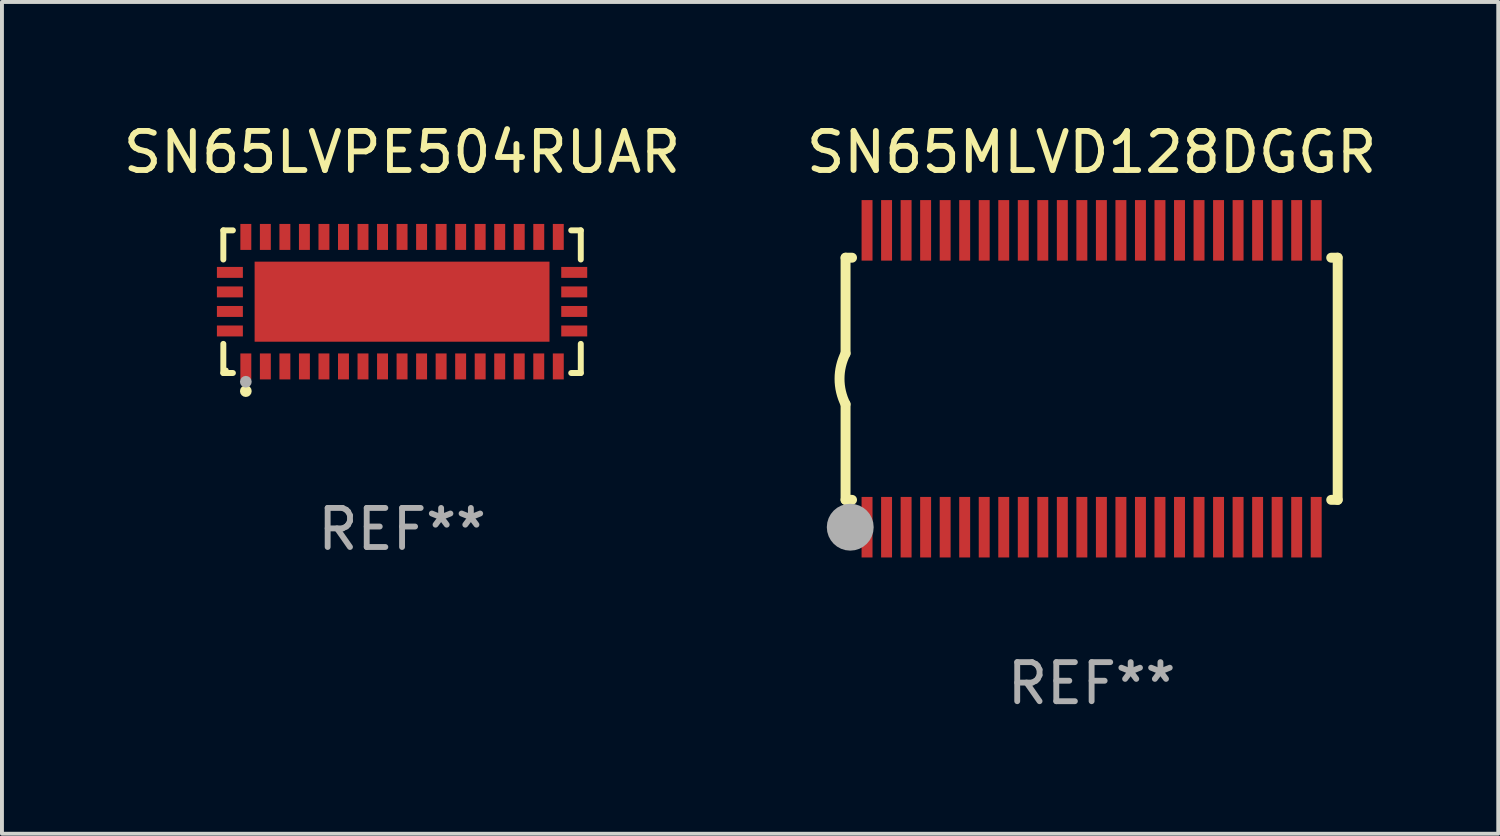
<source format=kicad_pcb>
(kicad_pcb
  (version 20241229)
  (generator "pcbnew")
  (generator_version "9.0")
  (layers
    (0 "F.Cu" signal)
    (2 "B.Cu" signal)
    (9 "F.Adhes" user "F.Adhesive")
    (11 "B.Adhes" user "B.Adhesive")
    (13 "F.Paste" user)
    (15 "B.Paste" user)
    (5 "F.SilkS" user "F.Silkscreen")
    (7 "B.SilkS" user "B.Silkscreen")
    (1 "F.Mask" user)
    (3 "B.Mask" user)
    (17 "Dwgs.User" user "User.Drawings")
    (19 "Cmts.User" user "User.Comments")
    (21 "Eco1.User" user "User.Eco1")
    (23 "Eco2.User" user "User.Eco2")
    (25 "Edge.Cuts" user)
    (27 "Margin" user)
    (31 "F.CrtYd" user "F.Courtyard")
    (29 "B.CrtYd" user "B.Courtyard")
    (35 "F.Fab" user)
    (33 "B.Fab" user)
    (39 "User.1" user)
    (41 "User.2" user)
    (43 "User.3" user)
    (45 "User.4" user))
  (footprint "SN65MLVD128DGGR"
    (layer "F.Cu")
    (at 24.899 6.648)
    (property "Reference" "SN65MLVD128DGGR" (at 0 -5.8 0) (layer "F.SilkS") (effects (font (size 1 1) (thickness 0.15))))
    (attr through_hole)
    (fp_line (start -6.3 -3.1) (end -6.3 -0.65) (stroke (width 0.254) (type solid)) (layer "F.SilkS"))
    (fp_line (start -6.3 -3.1) (end -6.134 -3.1) (stroke (width 0.254) (type solid)) (layer "F.SilkS"))
    (fp_line (start -6.3 3.1) (end -6.3 0.65) (stroke (width 0.254) (type solid)) (layer "F.SilkS"))
    (fp_line (start -6.3 3.1) (end -6.134 3.1) (stroke (width 0.254) (type solid)) (layer "F.SilkS"))
    (fp_line (start 6.134 -3.1) (end 6.3 -3.1) (stroke (width 0.254) (type solid)) (layer "F.SilkS"))
    (fp_line (start 6.134 3.1) (end 6.3 3.1) (stroke (width 0.254) (type solid)) (layer "F.SilkS"))
    (fp_line (start 6.3 -3.1) (end 6.3 3.1) (stroke (width 0.254) (type solid)) (layer "F.SilkS"))
    (fp_arc (start -6.301016 0.650114) (mid -6.45413 -0.000082) (end -6.3 -0.650038) (stroke (width 0.254001) (type solid)) (layer "F.SilkS"))
    (fp_circle (center -6.35 3.81) (end -6.223 3.81) (stroke (width 0.254) (type solid)) (fill no) (layer "F.SilkS"))
    (fp_circle (center -6.25 4.05) (end -6.22 4.05) (stroke (width 0.06) (type solid)) (fill no) (layer "F.SilkS"))
    (fp_circle (center -6.18 3.8) (end -5.88 3.8) (stroke (width 0.6) (type solid)) (fill no) (layer "F.Fab"))
    (fp_text user "REF**" (at 0 7.8 0) (layer "F.Fab") (effects (font (size 1 1) (thickness 0.15))))
    (pad "1" smd rect (at -5.75 3.8) (size 0.28 1.55) (layers "F.Cu" "F.Mask" "F.Paste"))
    (pad "2" smd rect (at -5.25 3.8) (size 0.28 1.55) (layers "F.Cu" "F.Mask" "F.Paste"))
    (pad "3" smd rect (at -4.75 3.8) (size 0.28 1.55) (layers "F.Cu" "F.Mask" "F.Paste"))
    (pad "4" smd rect (at -4.25 3.8) (size 0.28 1.55) (layers "F.Cu" "F.Mask" "F.Paste"))
    (pad "5" smd rect (at -3.75 3.8) (size 0.28 1.55) (layers "F.Cu" "F.Mask" "F.Paste"))
    (pad "6" smd rect (at -3.25 3.8) (size 0.28 1.55) (layers "F.Cu" "F.Mask" "F.Paste"))
    (pad "7" smd rect (at -2.75 3.8) (size 0.28 1.55) (layers "F.Cu" "F.Mask" "F.Paste"))
    (pad "8" smd rect (at -2.25 3.8) (size 0.28 1.55) (layers "F.Cu" "F.Mask" "F.Paste"))
    (pad "9" smd rect (at -1.75 3.8) (size 0.28 1.55) (layers "F.Cu" "F.Mask" "F.Paste"))
    (pad "10" smd rect (at -1.25 3.8) (size 0.28 1.55) (layers "F.Cu" "F.Mask" "F.Paste"))
    (pad "11" smd rect (at -0.75 3.8) (size 0.28 1.55) (layers "F.Cu" "F.Mask" "F.Paste"))
    (pad "12" smd rect (at -0.25 3.8) (size 0.28 1.55) (layers "F.Cu" "F.Mask" "F.Paste"))
    (pad "13" smd rect (at 0.25 3.8) (size 0.28 1.55) (layers "F.Cu" "F.Mask" "F.Paste"))
    (pad "14" smd rect (at 0.75 3.8) (size 0.28 1.55) (layers "F.Cu" "F.Mask" "F.Paste"))
    (pad "15" smd rect (at 1.25 3.8) (size 0.28 1.55) (layers "F.Cu" "F.Mask" "F.Paste"))
    (pad "16" smd rect (at 1.75 3.8) (size 0.28 1.55) (layers "F.Cu" "F.Mask" "F.Paste"))
    (pad "17" smd rect (at 2.25 3.8) (size 0.28 1.55) (layers "F.Cu" "F.Mask" "F.Paste"))
    (pad "18" smd rect (at 2.75 3.8) (size 0.28 1.55) (layers "F.Cu" "F.Mask" "F.Paste"))
    (pad "19" smd rect (at 3.25 3.8) (size 0.28 1.55) (layers "F.Cu" "F.Mask" "F.Paste"))
    (pad "20" smd rect (at 3.75 3.8) (size 0.28 1.55) (layers "F.Cu" "F.Mask" "F.Paste"))
    (pad "21" smd rect (at 4.25 3.8) (size 0.28 1.55) (layers "F.Cu" "F.Mask" "F.Paste"))
    (pad "22" smd rect (at 4.75 3.8) (size 0.28 1.55) (layers "F.Cu" "F.Mask" "F.Paste"))
    (pad "23" smd rect (at 5.25 3.8) (size 0.28 1.55) (layers "F.Cu" "F.Mask" "F.Paste"))
    (pad "24" smd rect (at 5.75 3.8) (size 0.28 1.55) (layers "F.Cu" "F.Mask" "F.Paste"))
    (pad "25" smd rect (at 5.75 -3.8) (size 0.28 1.55) (layers "F.Cu" "F.Mask" "F.Paste"))
    (pad "26" smd rect (at 5.25 -3.8) (size 0.28 1.55) (layers "F.Cu" "F.Mask" "F.Paste"))
    (pad "27" smd rect (at 4.75 -3.8) (size 0.28 1.55) (layers "F.Cu" "F.Mask" "F.Paste"))
    (pad "28" smd rect (at 4.25 -3.8) (size 0.28 1.55) (layers "F.Cu" "F.Mask" "F.Paste"))
    (pad "29" smd rect (at 3.75 -3.8) (size 0.28 1.55) (layers "F.Cu" "F.Mask" "F.Paste"))
    (pad "30" smd rect (at 3.25 -3.8) (size 0.28 1.55) (layers "F.Cu" "F.Mask" "F.Paste"))
    (pad "31" smd rect (at 2.75 -3.8) (size 0.28 1.55) (layers "F.Cu" "F.Mask" "F.Paste"))
    (pad "32" smd rect (at 2.25 -3.8) (size 0.28 1.55) (layers "F.Cu" "F.Mask" "F.Paste"))
    (pad "33" smd rect (at 1.75 -3.8) (size 0.28 1.55) (layers "F.Cu" "F.Mask" "F.Paste"))
    (pad "34" smd rect (at 1.25 -3.8) (size 0.28 1.55) (layers "F.Cu" "F.Mask" "F.Paste"))
    (pad "35" smd rect (at 0.75 -3.8) (size 0.28 1.55) (layers "F.Cu" "F.Mask" "F.Paste"))
    (pad "36" smd rect (at 0.25 -3.8) (size 0.28 1.55) (layers "F.Cu" "F.Mask" "F.Paste"))
    (pad "37" smd rect (at -0.25 -3.8) (size 0.28 1.55) (layers "F.Cu" "F.Mask" "F.Paste"))
    (pad "38" smd rect (at -0.75 -3.8) (size 0.28 1.55) (layers "F.Cu" "F.Mask" "F.Paste"))
    (pad "39" smd rect (at -1.25 -3.8) (size 0.28 1.55) (layers "F.Cu" "F.Mask" "F.Paste"))
    (pad "40" smd rect (at -1.75 -3.8) (size 0.28 1.55) (layers "F.Cu" "F.Mask" "F.Paste"))
    (pad "41" smd rect (at -2.25 -3.8) (size 0.28 1.55) (layers "F.Cu" "F.Mask" "F.Paste"))
    (pad "42" smd rect (at -2.75 -3.8) (size 0.28 1.55) (layers "F.Cu" "F.Mask" "F.Paste"))
    (pad "43" smd rect (at -3.25 -3.8) (size 0.28 1.55) (layers "F.Cu" "F.Mask" "F.Paste"))
    (pad "44" smd rect (at -3.75 -3.8) (size 0.28 1.55) (layers "F.Cu" "F.Mask" "F.Paste"))
    (pad "45" smd rect (at -4.25 -3.8) (size 0.28 1.55) (layers "F.Cu" "F.Mask" "F.Paste"))
    (pad "46" smd rect (at -4.75 -3.8) (size 0.28 1.55) (layers "F.Cu" "F.Mask" "F.Paste"))
    (pad "47" smd rect (at -5.25 -3.8) (size 0.28 1.55) (layers "F.Cu" "F.Mask" "F.Paste"))
    (pad "48" smd rect (at -5.75 -3.8) (size 0.28 1.55) (layers "F.Cu" "F.Mask" "F.Paste")))
  (footprint "SN65LVPE504RUAR"
    (layer "F.Cu")
    (at 7.244 4.674)
    (property "Reference" "SN65LVPE504RUAR" (at 0 -3.826 0) (layer "F.SilkS") (effects (font (size 1 1) (thickness 0.15))))
    (attr through_hole)
    (fp_line (start -4.576 -1.826) (end -4.331 -1.826) (stroke (width 0.152) (type solid)) (layer "F.SilkS"))
    (fp_line (start -4.576 -1.08) (end -4.576 -1.826) (stroke (width 0.152) (type solid)) (layer "F.SilkS"))
    (fp_line (start -4.576 1.08) (end -4.576 1.826) (stroke (width 0.152) (type solid)) (layer "F.SilkS"))
    (fp_line (start -4.576 1.826) (end -4.331 1.826) (stroke (width 0.152) (type solid)) (layer "F.SilkS"))
    (fp_line (start 4.576 -1.826) (end 4.331 -1.826) (stroke (width 0.152) (type solid)) (layer "F.SilkS"))
    (fp_line (start 4.576 -1.08) (end 4.576 -1.826) (stroke (width 0.152) (type solid)) (layer "F.SilkS"))
    (fp_line (start 4.576 1.08) (end 4.576 1.826) (stroke (width 0.152) (type solid)) (layer "F.SilkS"))
    (fp_line (start 4.576 1.826) (end 4.331 1.826) (stroke (width 0.152) (type solid)) (layer "F.SilkS"))
    (fp_circle (center -4.5 1.75) (end -4.47 1.75) (stroke (width 0.06) (type solid)) (fill no) (layer "F.SilkS"))
    (fp_circle (center -4 2.29) (end -3.925 2.29) (stroke (width 0.15) (type solid)) (fill no) (layer "F.SilkS"))
    (fp_circle (center -4 2.05) (end -3.925 2.05) (stroke (width 0.15) (type solid)) (fill no) (layer "F.Fab"))
    (fp_text user "REF**" (at 0 5.826 0) (layer "F.Fab") (effects (font (size 1 1) (thickness 0.15))))
    (pad "1" smd rect (at -4 1.658) (size 0.28 0.665) (layers "F.Cu" "F.Mask" "F.Paste"))
    (pad "2" smd rect (at -3.5 1.658) (size 0.28 0.665) (layers "F.Cu" "F.Mask" "F.Paste"))
    (pad "3" smd rect (at -3 1.658) (size 0.28 0.665) (layers "F.Cu" "F.Mask" "F.Paste"))
    (pad "4" smd rect (at -2.5 1.658) (size 0.28 0.665) (layers "F.Cu" "F.Mask" "F.Paste"))
    (pad "5" smd rect (at -2 1.658) (size 0.28 0.665) (layers "F.Cu" "F.Mask" "F.Paste"))
    (pad "6" smd rect (at -1.5 1.658) (size 0.28 0.665) (layers "F.Cu" "F.Mask" "F.Paste"))
    (pad "7" smd rect (at -1 1.658) (size 0.28 0.665) (layers "F.Cu" "F.Mask" "F.Paste"))
    (pad "8" smd rect (at -0.5 1.658) (size 0.28 0.665) (layers "F.Cu" "F.Mask" "F.Paste"))
    (pad "9" smd rect (at 0 1.658) (size 0.28 0.665) (layers "F.Cu" "F.Mask" "F.Paste"))
    (pad "10" smd rect (at 0.5 1.658) (size 0.28 0.665) (layers "F.Cu" "F.Mask" "F.Paste"))
    (pad "11" smd rect (at 1 1.658) (size 0.28 0.665) (layers "F.Cu" "F.Mask" "F.Paste"))
    (pad "12" smd rect (at 1.5 1.658) (size 0.28 0.665) (layers "F.Cu" "F.Mask" "F.Paste"))
    (pad "13" smd rect (at 2 1.658) (size 0.28 0.665) (layers "F.Cu" "F.Mask" "F.Paste"))
    (pad "14" smd rect (at 2.5 1.658) (size 0.28 0.665) (layers "F.Cu" "F.Mask" "F.Paste"))
    (pad "15" smd rect (at 3 1.658) (size 0.28 0.665) (layers "F.Cu" "F.Mask" "F.Paste"))
    (pad "16" smd rect (at 3.5 1.658) (size 0.28 0.665) (layers "F.Cu" "F.Mask" "F.Paste"))
    (pad "17" smd rect (at 4 1.658) (size 0.28 0.665) (layers "F.Cu" "F.Mask" "F.Paste"))
    (pad "18" smd rect (at 4.408 0.75) (size 0.665 0.28) (layers "F.Cu" "F.Mask" "F.Paste"))
    (pad "19" smd rect (at 4.408 0.25) (size 0.665 0.28) (layers "F.Cu" "F.Mask" "F.Paste"))
    (pad "20" smd rect (at 4.408 -0.25) (size 0.665 0.28) (layers "F.Cu" "F.Mask" "F.Paste"))
    (pad "21" smd rect (at 4.408 -0.75) (size 0.665 0.28) (layers "F.Cu" "F.Mask" "F.Paste"))
    (pad "22" smd rect (at 4 -1.658) (size 0.28 0.665) (layers "F.Cu" "F.Mask" "F.Paste"))
    (pad "23" smd rect (at 3.5 -1.658) (size 0.28 0.665) (layers "F.Cu" "F.Mask" "F.Paste"))
    (pad "24" smd rect (at 3 -1.658) (size 0.28 0.665) (layers "F.Cu" "F.Mask" "F.Paste"))
    (pad "25" smd rect (at 2.5 -1.658) (size 0.28 0.665) (layers "F.Cu" "F.Mask" "F.Paste"))
    (pad "26" smd rect (at 2 -1.658) (size 0.28 0.665) (layers "F.Cu" "F.Mask" "F.Paste"))
    (pad "27" smd rect (at 1.5 -1.658) (size 0.28 0.665) (layers "F.Cu" "F.Mask" "F.Paste"))
    (pad "28" smd rect (at 1 -1.658) (size 0.28 0.665) (layers "F.Cu" "F.Mask" "F.Paste"))
    (pad "29" smd rect (at 0.5 -1.658) (size 0.28 0.665) (layers "F.Cu" "F.Mask" "F.Paste"))
    (pad "30" smd rect (at 0 -1.658) (size 0.28 0.665) (layers "F.Cu" "F.Mask" "F.Paste"))
    (pad "31" smd rect (at -0.5 -1.658) (size 0.28 0.665) (layers "F.Cu" "F.Mask" "F.Paste"))
    (pad "32" smd rect (at -1 -1.658) (size 0.28 0.665) (layers "F.Cu" "F.Mask" "F.Paste"))
    (pad "33" smd rect (at -1.5 -1.658) (size 0.28 0.665) (layers "F.Cu" "F.Mask" "F.Paste"))
    (pad "34" smd rect (at -2 -1.658) (size 0.28 0.665) (layers "F.Cu" "F.Mask" "F.Paste"))
    (pad "35" smd rect (at -2.5 -1.658) (size 0.28 0.665) (layers "F.Cu" "F.Mask" "F.Paste"))
    (pad "36" smd rect (at -3 -1.658) (size 0.28 0.665) (layers "F.Cu" "F.Mask" "F.Paste"))
    (pad "37" smd rect (at -3.5 -1.658) (size 0.28 0.665) (layers "F.Cu" "F.Mask" "F.Paste"))
    (pad "38" smd rect (at -4 -1.658) (size 0.28 0.665) (layers "F.Cu" "F.Mask" "F.Paste"))
    (pad "39" smd rect (at -4.408 -0.75) (size 0.665 0.28) (layers "F.Cu" "F.Mask" "F.Paste"))
    (pad "40" smd rect (at -4.408 -0.25) (size 0.665 0.28) (layers "F.Cu" "F.Mask" "F.Paste"))
    (pad "41" smd rect (at -4.408 0.25) (size 0.665 0.28) (layers "F.Cu" "F.Mask" "F.Paste"))
    (pad "42" smd rect (at -4.408 0.75) (size 0.665 0.28) (layers "F.Cu" "F.Mask" "F.Paste"))
    (pad "43" smd rect (at 0 0) (size 7.55 2.05) (layers "F.Cu" "F.Mask" "F.Paste")))
  (gr_rect
    (start -3 -3)
    (end 35.31 18.296)
    (stroke (width 0.1) (type default))
    (fill no)
    (layer "Edge.Cuts")))
</source>
